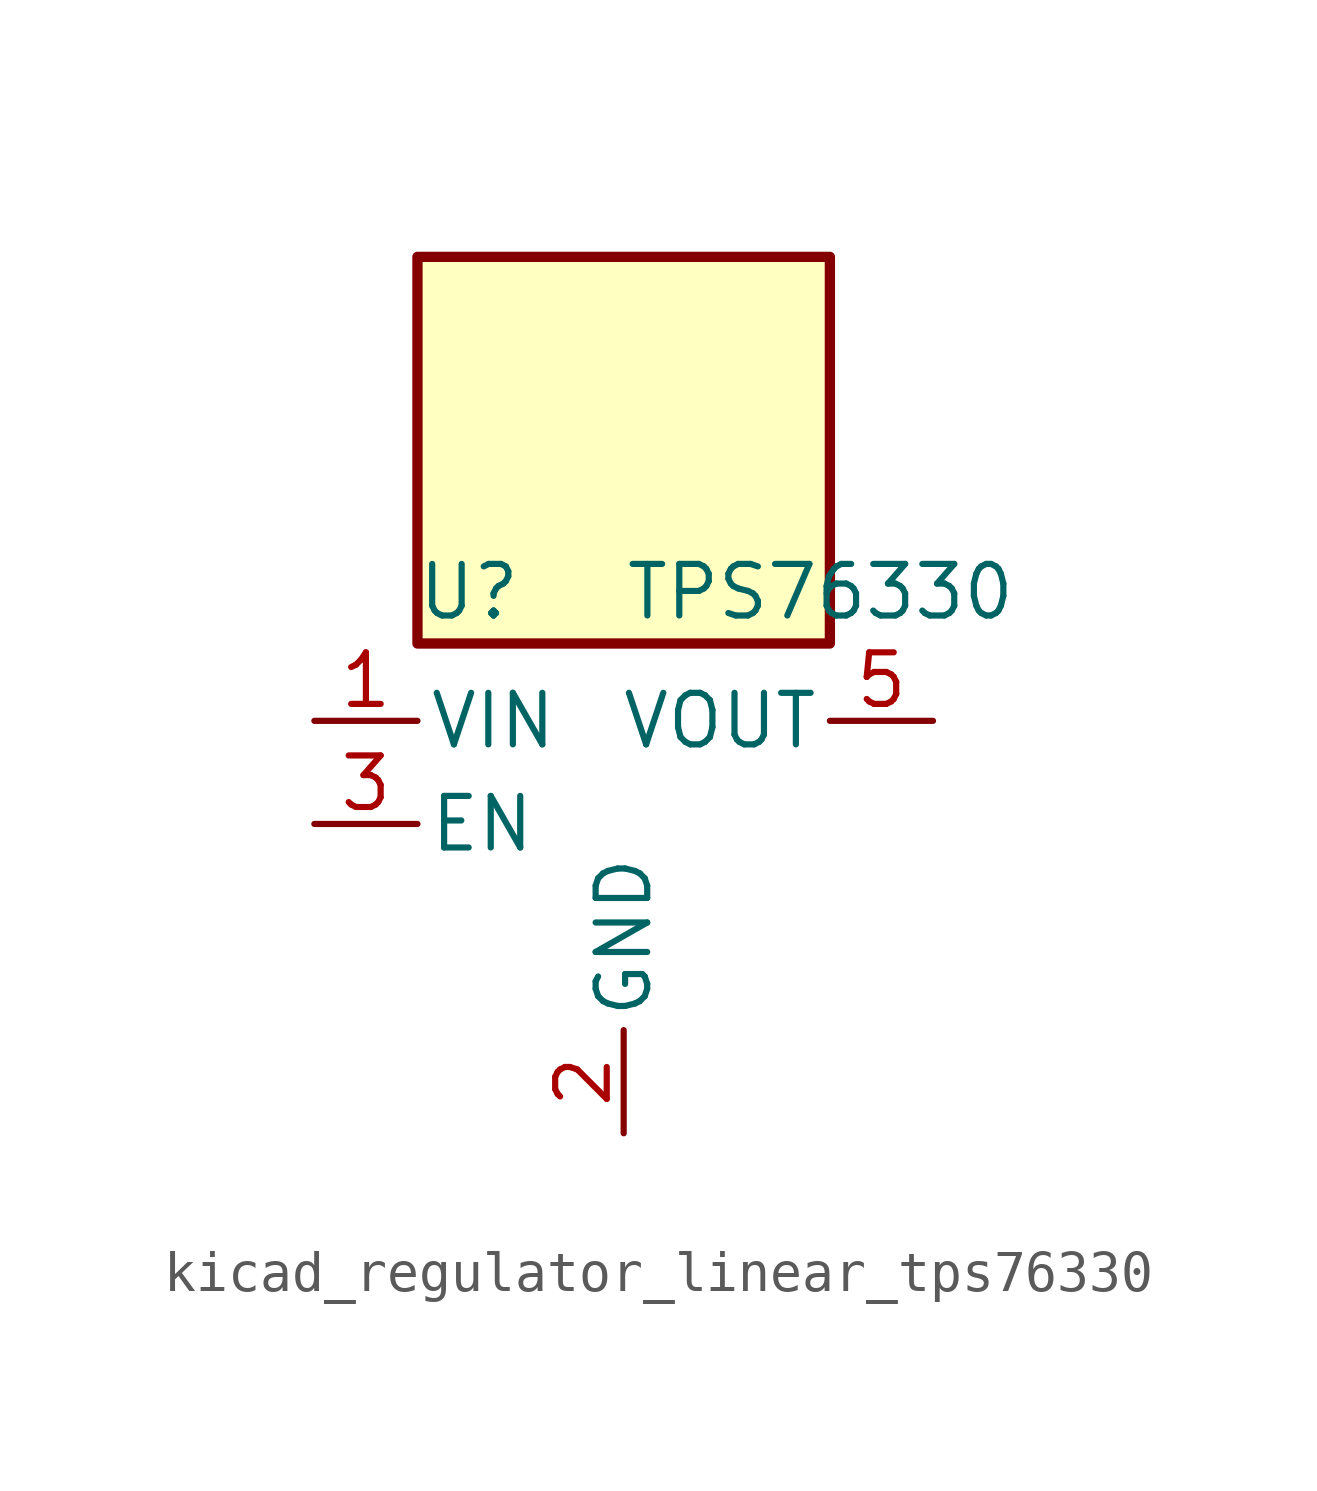
<source format=kicad_sym>
(kicad_symbol_lib
  (version 20220914)
  (generator kicad_symbol_editor)
  (symbol "kicad_regulator_linear_tps76330"
    (pin_names
      (offset 0.254))
    (property "Reference" "U"
      (at -3.81 5.715 0)
      (effects (font (size 1.27 1.27))))
    (property "Value" "TPS76330"
      (at 0 5.715 0)
      (effects (font (size 1.27 1.27)) (justify left)))
    (symbol "kicad_regulator_linear_tps76330_0_1"
      (rectangle (start 5.08 13.97) (end -5.08 4.445) (stroke (width 0.254) (type default)) (fill (type background))))
    (symbol "kicad_regulator_linear_tps76330_1_1"
      (pin power_in line (at -7.62 2.54 0) (length 2.54) (name "VIN" (effects (font (size 1.27 1.27)))) (number "1" (effects (font (size 1.27 1.27)))))
      (pin power_in line (at 0 -7.62 90) (length 2.54) (name "GND" (effects (font (size 1.27 1.27)))) (number "2" (effects (font (size 1.27 1.27)))))
      (pin input line (at -7.62 0 0) (length 2.54) (name "EN" (effects (font (size 1.27 1.27)))) (number "3" (effects (font (size 1.27 1.27)))))
      (pin no_connect line (at 5.08 0 180) (length 2.54) hide (name "NC" (effects (font (size 1.27 1.27)))) (number "4" (effects (font (size 1.27 1.27)))))
      (pin power_out line (at 7.62 2.54 180) (length 2.54) (name "VOUT" (effects (font (size 1.27 1.27)))) (number "5" (effects (font (size 1.27 1.27))))))))
</source>
